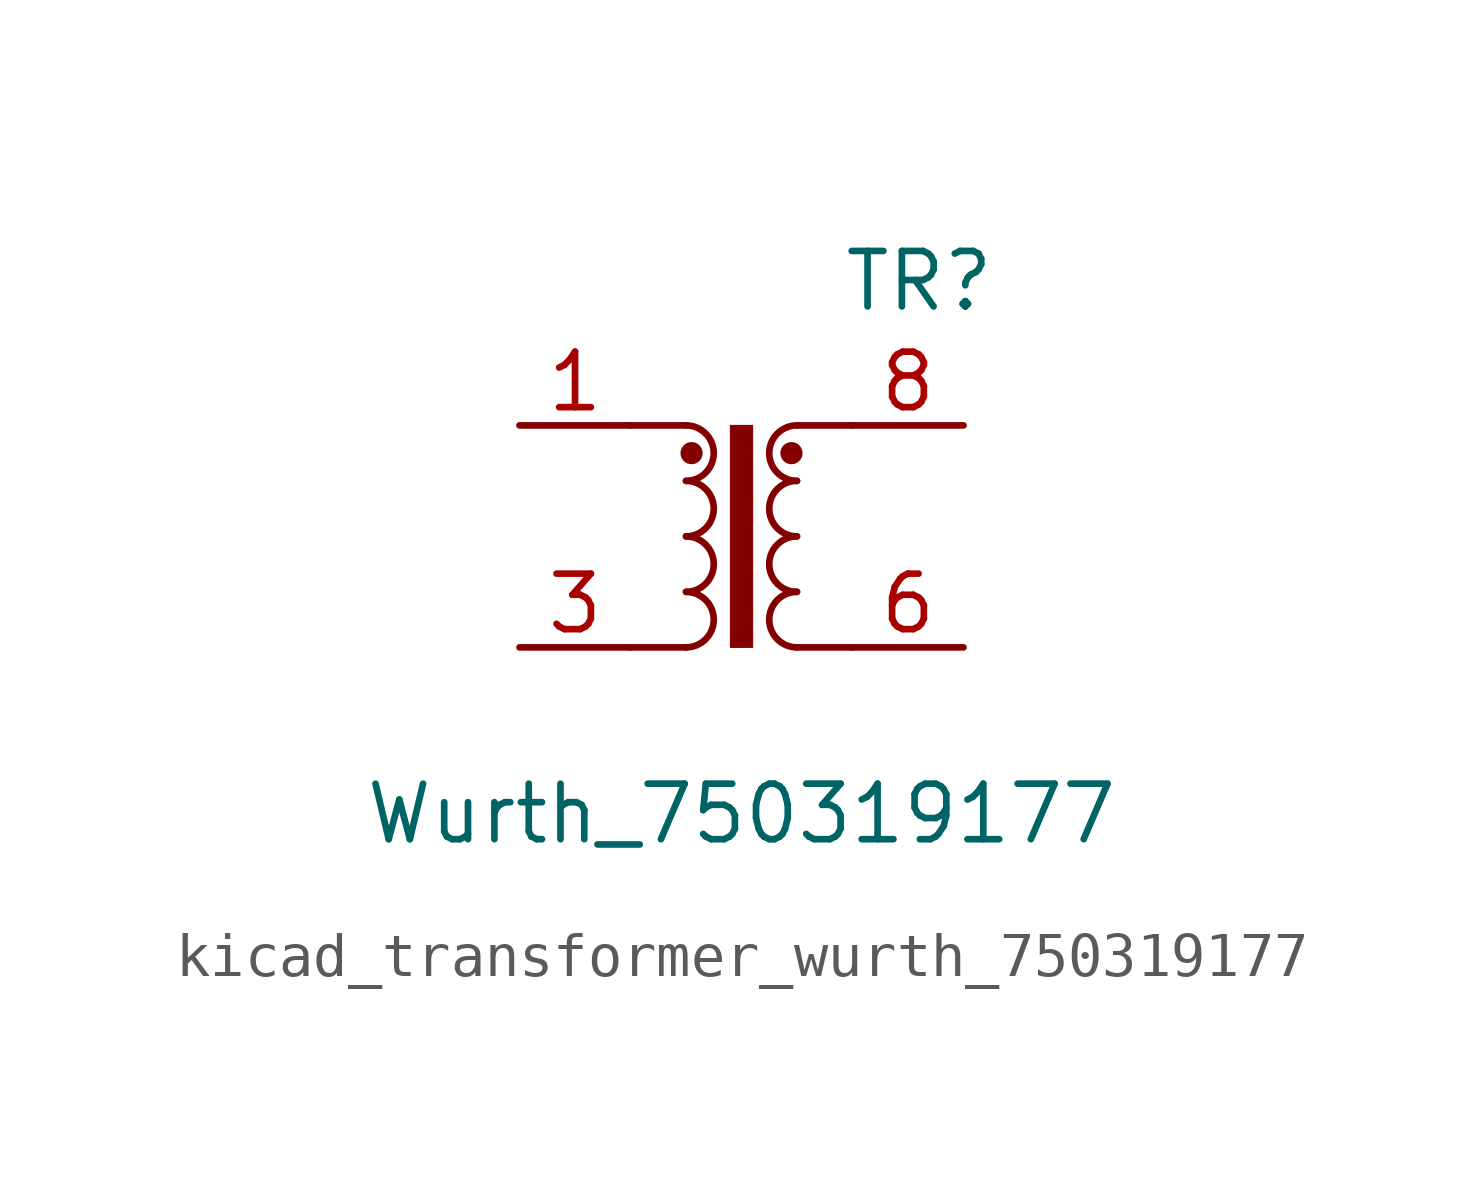
<source format=kicad_sym>
(kicad_symbol_lib
  (version 20220914)
  (generator kicad_symbol_editor)
  (symbol "kicad_transformer_wurth_750319177"
    (property "Reference" "TR"
      (at 4.064 5.842 0)
      (effects (font (size 1.27 1.27))))
    (property "Value" "Wurth_750319177"
      (at 0 -6.35 0)
      (effects (font (size 1.27 1.27))))
    (symbol "kicad_transformer_wurth_750319177_0_1"
      (arc (start -1.27 -2.54) (mid -0.6377 -1.905) (end -1.27 -1.27) (stroke (width 0) (type default)) (fill (type none)))
      (arc (start -1.27 -1.27) (mid -0.6377 -0.635) (end -1.27 0) (stroke (width 0) (type default)) (fill (type none)))
      (rectangle (start -0.254 2.54) (end 0.254 -2.54) (stroke (width 0.025) (type default)) (fill (type outline)))
      (polyline (pts (xy -2.54 -2.54) (xy -1.27 -2.54)) (stroke (width 0) (type default)) (fill (type none)))
      (polyline (pts (xy -2.54 2.54) (xy -1.27 2.54)) (stroke (width 0) (type default)) (fill (type none)))
      (polyline (pts (xy 1.27 -2.54) (xy 2.54 -2.54)) (stroke (width 0) (type default)) (fill (type none)))
      (polyline (pts (xy 1.27 2.54) (xy 2.54 2.54)) (stroke (width 0) (type default)) (fill (type none))))
    (symbol "kicad_transformer_wurth_750319177_1_1"
      (arc (start -1.27 0) (mid -0.6377 0.635) (end -1.27 1.27) (stroke (width 0) (type default)) (fill (type none)))
      (arc (start -1.27 1.27) (mid -0.6377 1.905) (end -1.27 2.54) (stroke (width 0) (type default)) (fill (type none)))
      (circle (center -1.143 1.905) (radius 0.127) (stroke (width 0.254) (type default)) (fill (type none)))
      (circle (center 1.143 1.905) (radius 0.127) (stroke (width 0.254) (type default)) (fill (type none)))
      (arc (start 1.27 -1.27) (mid 0.6377 -1.905) (end 1.27 -2.54) (stroke (width 0) (type default)) (fill (type none)))
      (arc (start 1.27 0) (mid 0.6377 -0.635) (end 1.27 -1.27) (stroke (width 0) (type default)) (fill (type none)))
      (arc (start 1.27 1.27) (mid 0.6377 0.635) (end 1.27 0) (stroke (width 0) (type default)) (fill (type none)))
      (arc (start 1.27 2.54) (mid 0.6377 1.905) (end 1.27 1.27) (stroke (width 0) (type default)) (fill (type none)))
      (pin passive line (at -5.08 2.54 0) (length 2.54) (name "~" (effects (font (size 1.27 1.27)))) (number "1" (effects (font (size 1.27 1.27)))))
      (pin no_connect line (at 1.27 2.54 270) (length 2.54) hide (name "NC" (effects (font (size 1.27 1.27)))) (number "2" (effects (font (size 1.27 1.27)))))
      (pin passive line (at -5.08 -2.54 0) (length 2.54) (name "~" (effects (font (size 1.27 1.27)))) (number "3" (effects (font (size 1.27 1.27)))))
      (pin no_connect line (at -1.27 -2.54 90) (length 2.54) hide (name "NC" (effects (font (size 1.27 1.27)))) (number "4" (effects (font (size 1.27 1.27)))))
      (pin no_connect line (at 1.27 -2.54 90) (length 2.54) hide (name "NC" (effects (font (size 1.27 1.27)))) (number "5" (effects (font (size 1.27 1.27)))))
      (pin passive line (at 5.08 -2.54 180) (length 2.54) (name "~" (effects (font (size 1.27 1.27)))) (number "6" (effects (font (size 1.27 1.27)))))
      (pin no_connect line (at -1.27 2.54 270) (length 2.54) hide (name "NC" (effects (font (size 1.27 1.27)))) (number "7" (effects (font (size 1.27 1.27)))))
      (pin passive line (at 5.08 2.54 180) (length 2.54) (name "~" (effects (font (size 1.27 1.27)))) (number "8" (effects (font (size 1.27 1.27))))))))
</source>
